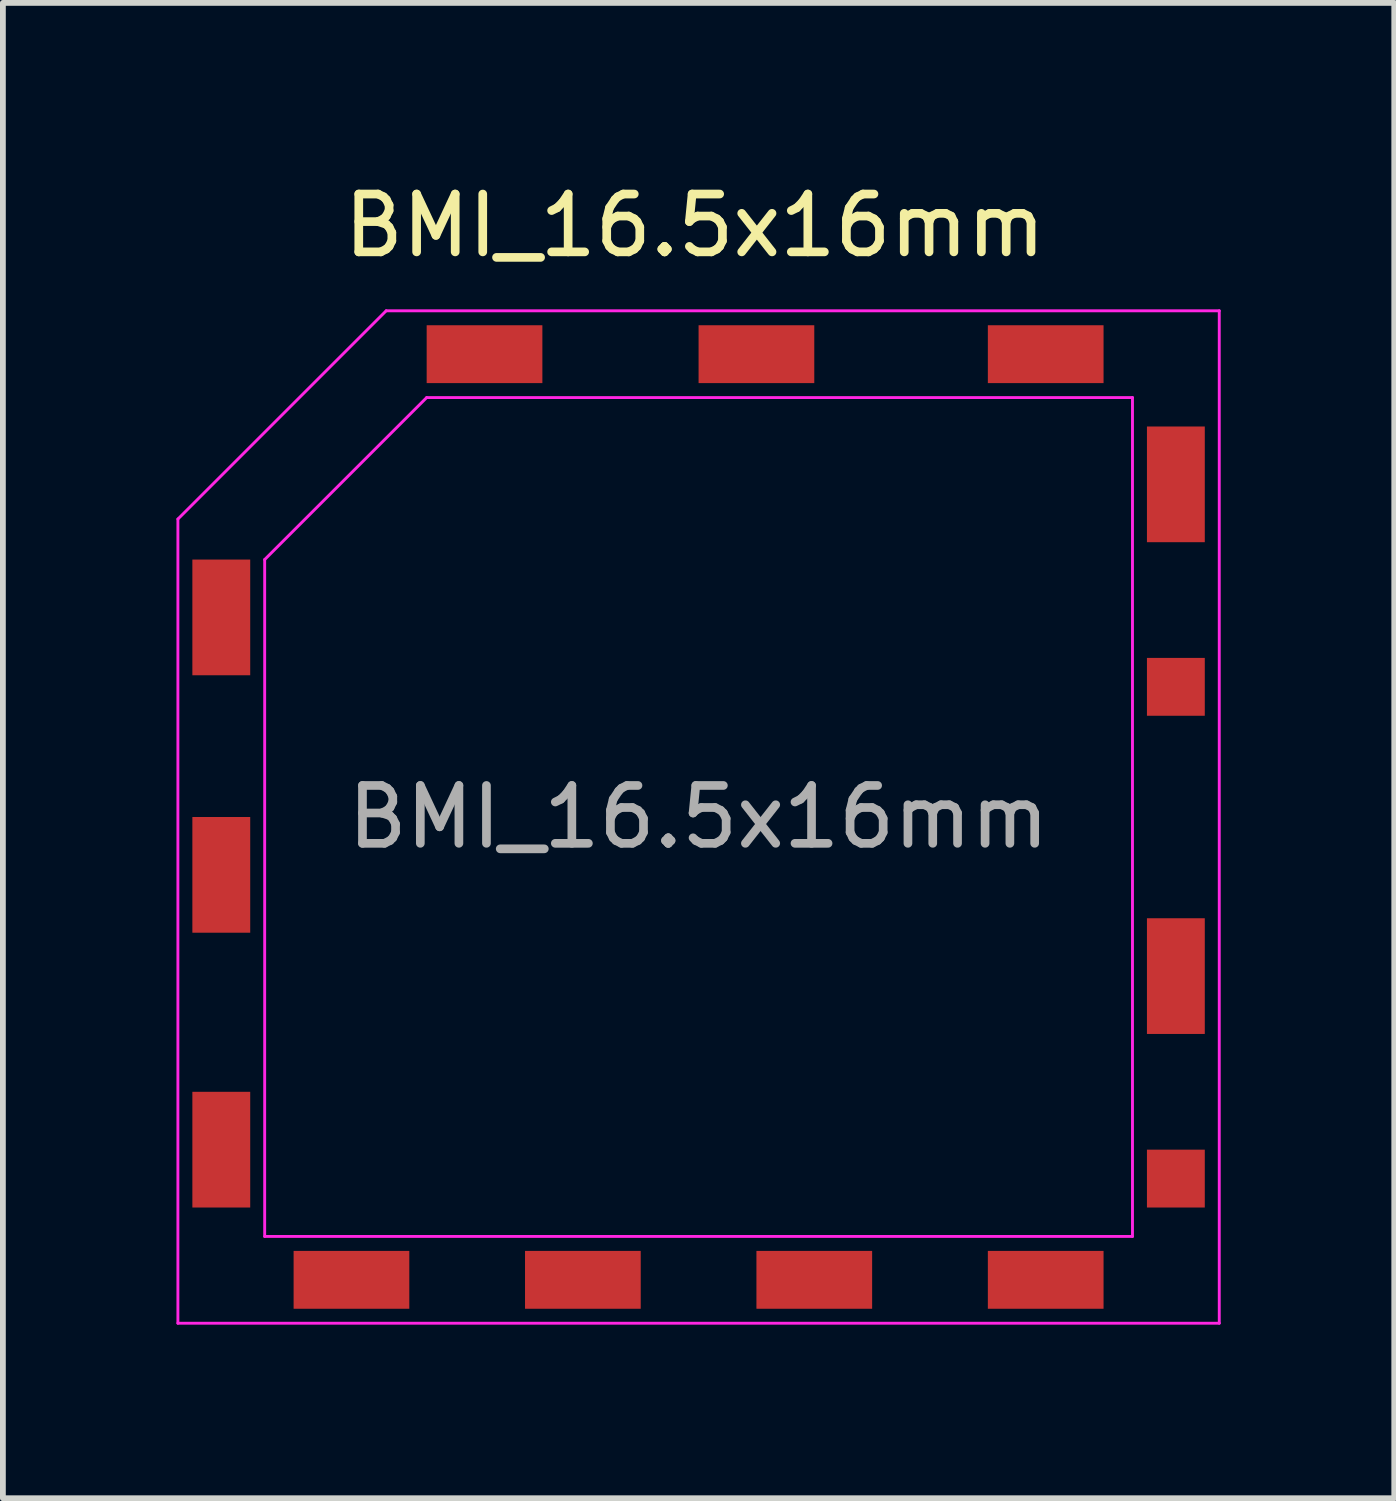
<source format=kicad_pcb>
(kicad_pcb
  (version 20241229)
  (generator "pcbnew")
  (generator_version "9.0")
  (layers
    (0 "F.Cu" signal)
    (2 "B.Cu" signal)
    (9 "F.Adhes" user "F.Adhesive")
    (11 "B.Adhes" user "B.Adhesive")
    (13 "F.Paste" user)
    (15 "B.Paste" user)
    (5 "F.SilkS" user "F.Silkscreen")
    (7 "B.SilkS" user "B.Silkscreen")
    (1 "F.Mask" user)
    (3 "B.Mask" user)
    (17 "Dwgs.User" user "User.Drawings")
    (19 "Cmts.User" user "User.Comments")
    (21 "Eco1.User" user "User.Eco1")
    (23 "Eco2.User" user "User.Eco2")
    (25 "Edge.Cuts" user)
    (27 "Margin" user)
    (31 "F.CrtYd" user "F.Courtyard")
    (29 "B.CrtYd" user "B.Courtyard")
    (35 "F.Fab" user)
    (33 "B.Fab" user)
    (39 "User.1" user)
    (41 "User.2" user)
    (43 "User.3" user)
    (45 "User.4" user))
  (footprint "BMI_16.5x16mm"
    (layer "F.Cu")
    (at 9.025 11.072)
    (property "Reference" "BMI_16.5x16mm" (at -0.064 -10.223 0) (layer "F.SilkS") (effects (font (size 1 1) (thickness 0.15))))
    (attr smd)
    (fp_line (start -9 -5.15) (end -9 8.75) (stroke (width 0.05) (type solid)) (layer "F.CrtYd"))
    (fp_line (start -9 8.75) (end 9 8.75) (stroke (width 0.05) (type solid)) (layer "F.CrtYd"))
    (fp_line (start -7.5 -4.45) (end -7.5 7.25) (stroke (width 0.05) (type solid)) (layer "F.CrtYd"))
    (fp_line (start -5.4 -8.75) (end -9 -5.15) (stroke (width 0.05) (type solid)) (layer "F.CrtYd"))
    (fp_line (start -4.7 -7.25) (end -7.5 -4.45) (stroke (width 0.05) (type solid)) (layer "F.CrtYd"))
    (fp_line (start 7.5 -7.25) (end -4.7 -7.25) (stroke (width 0.05) (type solid)) (layer "F.CrtYd"))
    (fp_line (start 7.5 -7.25) (end 7.5 7.25) (stroke (width 0.05) (type solid)) (layer "F.CrtYd"))
    (fp_line (start 7.5 7.25) (end -7.5 7.25) (stroke (width 0.05) (type solid)) (layer "F.CrtYd"))
    (fp_line (start 9 -8.75) (end -5.4 -8.75) (stroke (width 0.05) (type solid)) (layer "F.CrtYd"))
    (fp_line (start 9 -8.75) (end 9 8.75) (stroke (width 0.05) (type solid)) (layer "F.CrtYd"))
    (fp_text user "${REFERENCE}" (at 0 0 0) (layer "F.Fab") (effects (font (size 1 1) (thickness 0.15))))
    (pad "1" smd rect (at -8.25 -3.45) (size 1 2) (layers "F.Cu" "F.Mask" "F.Paste"))
    (pad "1" smd rect (at -8.25 1) (size 1 2) (layers "F.Cu" "F.Mask" "F.Paste"))
    (pad "1" smd rect (at -8.25 5.75) (size 1 2) (layers "F.Cu" "F.Mask" "F.Paste"))
    (pad "1" smd rect (at -6 8) (size 2 1) (layers "F.Cu" "F.Mask" "F.Paste"))
    (pad "1" smd rect (at -3.7 -8) (size 2 1) (layers "F.Cu" "F.Mask" "F.Paste"))
    (pad "1" smd rect (at -2 8) (size 2 1) (layers "F.Cu" "F.Mask" "F.Paste"))
    (pad "1" smd rect (at 1 -8) (size 2 1) (layers "F.Cu" "F.Mask" "F.Paste"))
    (pad "1" smd rect (at 2 8) (size 2 1) (layers "F.Cu" "F.Mask" "F.Paste"))
    (pad "1" smd rect (at 6 -8) (size 2 1) (layers "F.Cu" "F.Mask" "F.Paste"))
    (pad "1" smd rect (at 6 8) (size 2 1) (layers "F.Cu" "F.Mask" "F.Paste"))
    (pad "1" smd rect (at 8.25 -5.75) (size 1 2) (layers "F.Cu" "F.Mask" "F.Paste"))
    (pad "1" smd rect (at 8.25 -2.25) (size 1 1) (layers "F.Cu" "F.Mask" "F.Paste"))
    (pad "1" smd rect (at 8.25 2.75) (size 1 2) (layers "F.Cu" "F.Mask" "F.Paste"))
    (pad "1" smd rect (at 8.25 6.25) (size 1 1) (layers "F.Cu" "F.Mask" "F.Paste")))
  (gr_rect
    (start -3 -3)
    (end 21.05 22.847)
    (stroke (width 0.1) (type default))
    (fill no)
    (layer "Edge.Cuts")))
</source>
